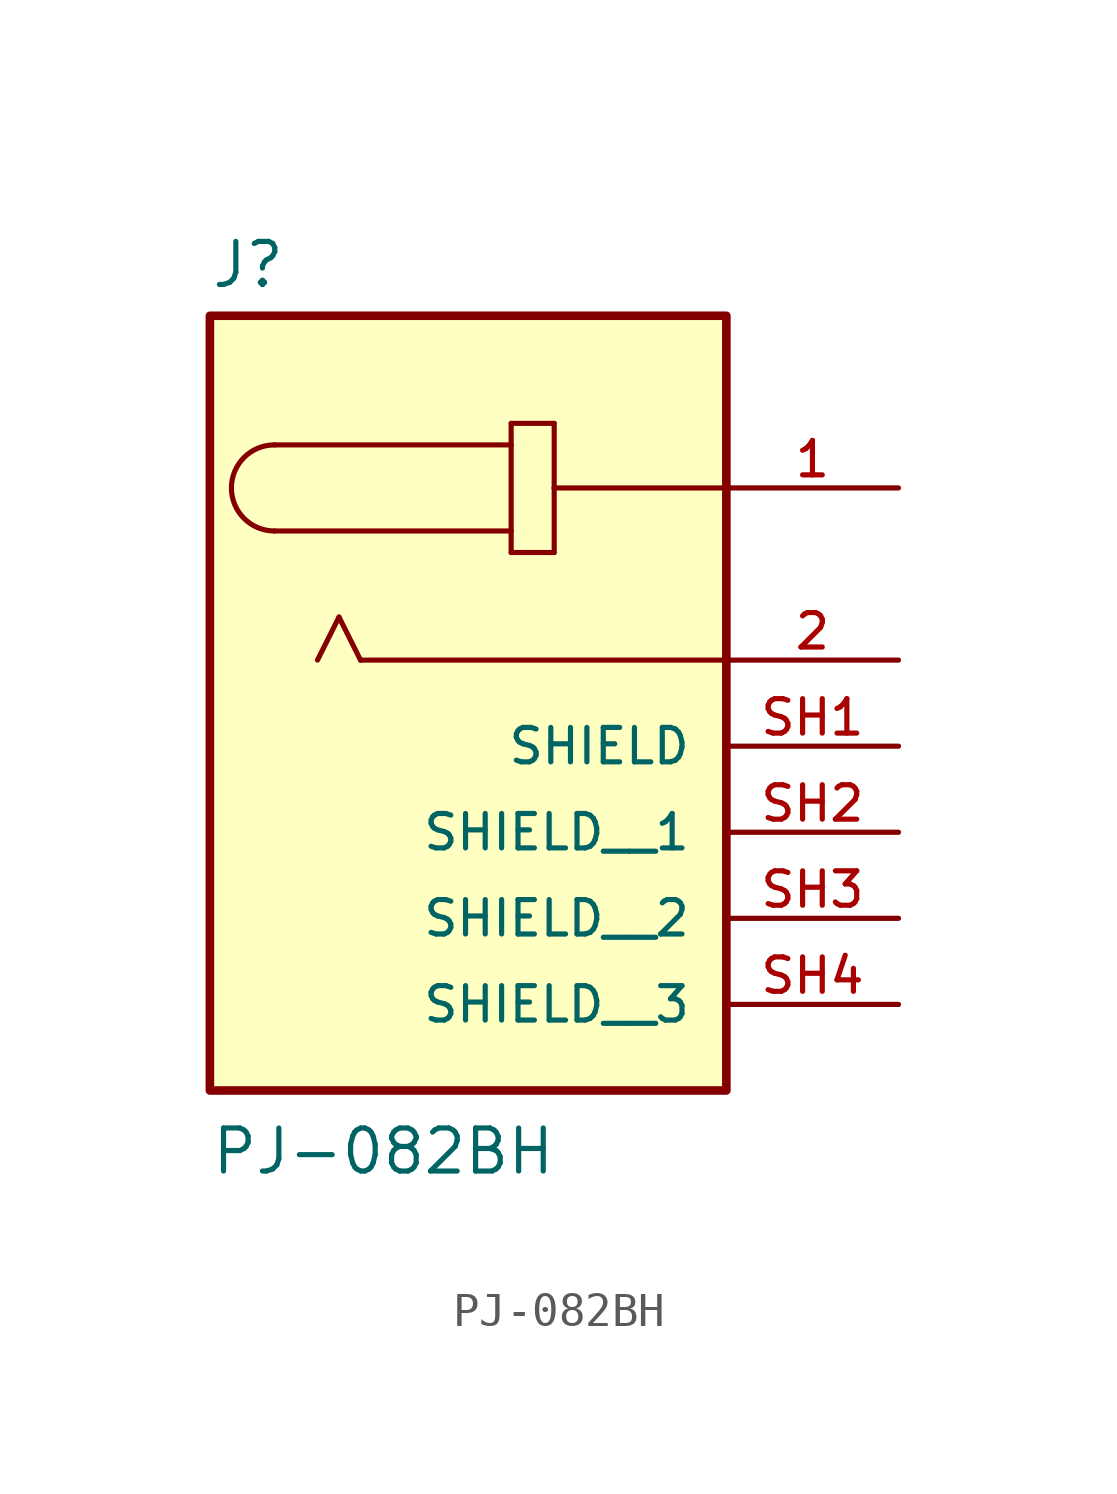
<source format=kicad_sym>
(kicad_symbol_lib
  (version 20241209)
  (generator "kicad_symbol_editor")
  (generator_version "9.0")
  (symbol "PJ-082BH"
    (pin_names
      (offset 1.016))
    (property "Reference" "J"
      (at -7.62 8.382 0)
      (effects (font (size 1.27 1.27)) (justify left bottom)))
    (property "Value" "PJ-082BH"
      (at -7.62 -17.78 0)
      (effects (font (size 1.27 1.27)) (justify left bottom)))
    (symbol "PJ-082BH_0_0"
      (rectangle (start -7.62 -15.24) (end 7.62 7.62) (stroke (width 0.254) (type default)) (fill (type background)))
      (polyline (pts (xy -5.715 3.81) (xy 1.27 3.81)) (stroke (width 0.152) (type default)) (fill (type none)))
      (arc (start -5.715 1.27) (mid -6.9794 2.54) (end -5.715 3.81) (stroke (width 0.1524) (type default)) (fill (type none)))
      (polyline (pts (xy -3.81 -1.27) (xy -4.445 -2.54)) (stroke (width 0.152) (type default)) (fill (type none)))
      (polyline (pts (xy -3.175 -2.54) (xy -3.81 -1.27)) (stroke (width 0.152) (type default)) (fill (type none)))
      (polyline (pts (xy 1.27 4.445) (xy 1.27 3.81)) (stroke (width 0.152) (type default)) (fill (type none)))
      (polyline (pts (xy 1.27 3.81) (xy 1.27 1.27)) (stroke (width 0.152) (type default)) (fill (type none)))
      (polyline (pts (xy 1.27 1.27) (xy -5.715 1.27)) (stroke (width 0.152) (type default)) (fill (type none)))
      (polyline (pts (xy 1.27 1.27) (xy 1.27 0.635)) (stroke (width 0.152) (type default)) (fill (type none)))
      (polyline (pts (xy 1.27 0.635) (xy 2.54 0.635)) (stroke (width 0.152) (type default)) (fill (type none)))
      (polyline (pts (xy 2.54 4.445) (xy 1.27 4.445)) (stroke (width 0.152) (type default)) (fill (type none)))
      (polyline (pts (xy 2.54 2.54) (xy 2.54 4.445)) (stroke (width 0.152) (type default)) (fill (type none)))
      (polyline (pts (xy 2.54 2.54) (xy 7.62 2.54)) (stroke (width 0.152) (type default)) (fill (type none)))
      (polyline (pts (xy 2.54 0.635) (xy 2.54 2.54)) (stroke (width 0.152) (type default)) (fill (type none)))
      (polyline (pts (xy 7.62 -2.54) (xy -3.175 -2.54)) (stroke (width 0.152) (type default)) (fill (type none)))
      (pin passive line (at 12.7 2.54 180) (length 5.08) (name "~" (effects (font (size 1.016 1.016)))) (number "1" (effects (font (size 1.016 1.016)))))
      (pin passive line (at 12.7 -2.54 180) (length 5.08) (name "~" (effects (font (size 1.016 1.016)))) (number "2" (effects (font (size 1.016 1.016)))))
      (pin passive line (at 12.7 -5.08 180) (length 5.08) (name "SHIELD" (effects (font (size 1.016 1.016)))) (number "SH1" (effects (font (size 1.016 1.016)))))
      (pin passive line (at 12.7 -7.62 180) (length 5.08) (name "SHIELD__1" (effects (font (size 1.016 1.016)))) (number "SH2" (effects (font (size 1.016 1.016)))))
      (pin passive line (at 12.7 -10.16 180) (length 5.08) (name "SHIELD__2" (effects (font (size 1.016 1.016)))) (number "SH3" (effects (font (size 1.016 1.016)))))
      (pin passive line (at 12.7 -12.7 180) (length 5.08) (name "SHIELD__3" (effects (font (size 1.016 1.016)))) (number "SH4" (effects (font (size 1.016 1.016))))))))
</source>
